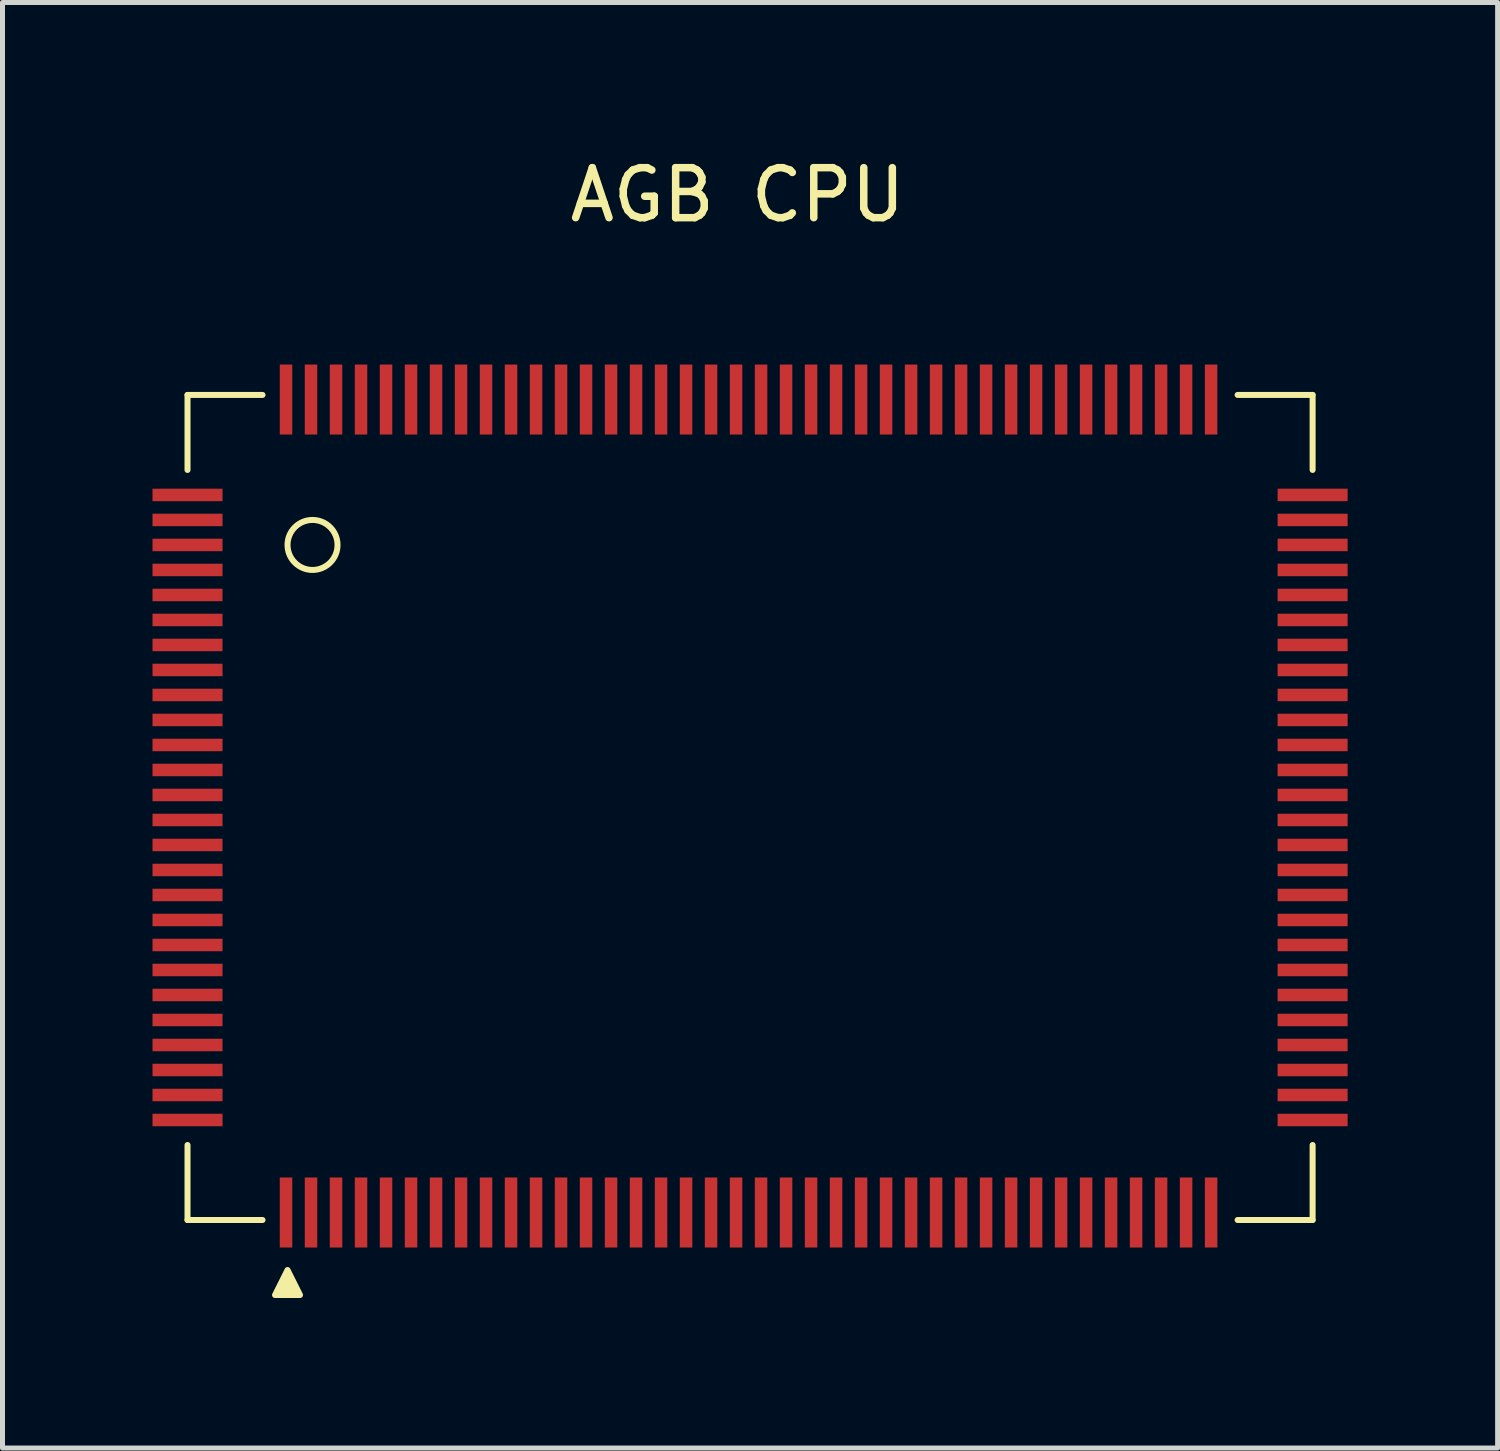
<source format=kicad_pcb>
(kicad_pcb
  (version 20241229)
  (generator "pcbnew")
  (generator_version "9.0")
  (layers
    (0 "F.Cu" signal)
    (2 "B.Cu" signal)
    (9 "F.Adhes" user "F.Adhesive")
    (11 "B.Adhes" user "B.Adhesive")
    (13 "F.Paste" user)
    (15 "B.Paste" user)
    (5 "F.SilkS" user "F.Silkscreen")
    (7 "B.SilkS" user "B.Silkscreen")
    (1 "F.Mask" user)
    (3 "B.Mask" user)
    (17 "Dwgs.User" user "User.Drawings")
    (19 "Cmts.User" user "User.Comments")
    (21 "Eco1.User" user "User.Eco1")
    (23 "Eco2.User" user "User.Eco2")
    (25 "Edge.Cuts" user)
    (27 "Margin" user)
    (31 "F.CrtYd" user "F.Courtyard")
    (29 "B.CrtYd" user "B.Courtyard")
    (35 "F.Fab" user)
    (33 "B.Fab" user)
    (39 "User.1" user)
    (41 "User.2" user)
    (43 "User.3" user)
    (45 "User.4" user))
  (footprint "AGB CPU"
    (layer "F.Cu")
    (at 11.7 12.348)
    (property "Reference" "AGB CPU" (at 0 -11.5 0) (unlocked yes) (layer "F.SilkS") (effects (font (size 1 1) (thickness 0.15))))
    (attr smd)
    (fp_line (start -11 -7.5) (end -9.5 -7.5) (stroke (width 0.12) (type default)) (layer "F.SilkS"))
    (fp_line (start -11 -6) (end -11 -7.5) (stroke (width 0.12) (type default)) (layer "F.SilkS"))
    (fp_line (start -11 9) (end -11 7.5) (stroke (width 0.12) (type default)) (layer "F.SilkS"))
    (fp_line (start -9.5 9) (end -11 9) (stroke (width 0.12) (type default)) (layer "F.SilkS"))
    (fp_line (start 10 -7.5) (end 11.5 -7.5) (stroke (width 0.12) (type default)) (layer "F.SilkS"))
    (fp_line (start 11.5 -7.5) (end 11.5 -6) (stroke (width 0.12) (type default)) (layer "F.SilkS"))
    (fp_line (start 11.5 7.5) (end 11.5 9) (stroke (width 0.12) (type default)) (layer "F.SilkS"))
    (fp_line (start 11.5 9) (end 10 9) (stroke (width 0.12) (type default)) (layer "F.SilkS"))
    (fp_circle (center -8.5 -4.5) (end -8 -4.5) (stroke (width 0.12) (type default)) (fill no) (layer "F.SilkS"))
    (fp_poly (pts (xy -9 10) (xy -9.25 10.5) (xy -8.75 10.5)) (stroke (width 0.12) (type solid)) (fill yes) (layer "F.SilkS"))
    (pad "1" smd rect (at -9.03 8.85 270) (size 1.4 0.25) (layers "F.Cu" "F.Mask" "F.Paste"))
    (pad "2" smd rect (at -8.53 8.85 270) (size 1.4 0.25) (layers "F.Cu" "F.Mask" "F.Paste"))
    (pad "3" smd rect (at -8.03 8.85 270) (size 1.4 0.25) (layers "F.Cu" "F.Mask" "F.Paste"))
    (pad "4" smd rect (at -7.53 8.85 270) (size 1.4 0.25) (layers "F.Cu" "F.Mask" "F.Paste"))
    (pad "5" smd rect (at -7.03 8.85 270) (size 1.4 0.25) (layers "F.Cu" "F.Mask" "F.Paste"))
    (pad "6" smd rect (at -6.53 8.85 270) (size 1.4 0.25) (layers "F.Cu" "F.Mask" "F.Paste"))
    (pad "7" smd rect (at -6.03 8.85 270) (size 1.4 0.25) (layers "F.Cu" "F.Mask" "F.Paste"))
    (pad "8" smd rect (at -5.53 8.85 270) (size 1.4 0.25) (layers "F.Cu" "F.Mask" "F.Paste"))
    (pad "9" smd rect (at -5.03 8.85 270) (size 1.4 0.25) (layers "F.Cu" "F.Mask" "F.Paste"))
    (pad "10" smd rect (at -4.53 8.85 270) (size 1.4 0.25) (layers "F.Cu" "F.Mask" "F.Paste"))
    (pad "11" smd rect (at -4.03 8.85 270) (size 1.4 0.25) (layers "F.Cu" "F.Mask" "F.Paste"))
    (pad "12" smd rect (at -3.53 8.85 270) (size 1.4 0.25) (layers "F.Cu" "F.Mask" "F.Paste"))
    (pad "13" smd rect (at -3.03 8.85 270) (size 1.4 0.25) (layers "F.Cu" "F.Mask" "F.Paste"))
    (pad "14" smd rect (at -2.53 8.85 270) (size 1.4 0.25) (layers "F.Cu" "F.Mask" "F.Paste"))
    (pad "15" smd rect (at -2.03 8.85 270) (size 1.4 0.25) (layers "F.Cu" "F.Mask" "F.Paste"))
    (pad "16" smd rect (at -1.53 8.85 270) (size 1.4 0.25) (layers "F.Cu" "F.Mask" "F.Paste"))
    (pad "17" smd rect (at -1.03 8.85 270) (size 1.4 0.25) (layers "F.Cu" "F.Mask" "F.Paste"))
    (pad "18" smd rect (at -0.53 8.85 270) (size 1.4 0.25) (layers "F.Cu" "F.Mask" "F.Paste"))
    (pad "19" smd rect (at -0.03 8.85 270) (size 1.4 0.25) (layers "F.Cu" "F.Mask" "F.Paste"))
    (pad "20" smd rect (at 0.47 8.85 270) (size 1.4 0.25) (layers "F.Cu" "F.Mask" "F.Paste"))
    (pad "21" smd rect (at 0.97 8.85 270) (size 1.4 0.25) (layers "F.Cu" "F.Mask" "F.Paste"))
    (pad "22" smd rect (at 1.47 8.85 270) (size 1.4 0.25) (layers "F.Cu" "F.Mask" "F.Paste"))
    (pad "23" smd rect (at 1.97 8.85 270) (size 1.4 0.25) (layers "F.Cu" "F.Mask" "F.Paste"))
    (pad "24" smd rect (at 2.47 8.85 270) (size 1.4 0.25) (layers "F.Cu" "F.Mask" "F.Paste"))
    (pad "25" smd rect (at 2.97 8.85 270) (size 1.4 0.25) (layers "F.Cu" "F.Mask" "F.Paste"))
    (pad "26" smd rect (at 3.47 8.85 270) (size 1.4 0.25) (layers "F.Cu" "F.Mask" "F.Paste"))
    (pad "27" smd rect (at 3.97 8.85 270) (size 1.4 0.25) (layers "F.Cu" "F.Mask" "F.Paste"))
    (pad "28" smd rect (at 4.47 8.85 270) (size 1.4 0.25) (layers "F.Cu" "F.Mask" "F.Paste"))
    (pad "29" smd rect (at 4.97 8.85 270) (size 1.4 0.25) (layers "F.Cu" "F.Mask" "F.Paste"))
    (pad "30" smd rect (at 5.47 8.85 270) (size 1.4 0.25) (layers "F.Cu" "F.Mask" "F.Paste"))
    (pad "31" smd rect (at 5.97 8.85 270) (size 1.4 0.25) (layers "F.Cu" "F.Mask" "F.Paste"))
    (pad "32" smd rect (at 6.47 8.85 270) (size 1.4 0.25) (layers "F.Cu" "F.Mask" "F.Paste"))
    (pad "33" smd rect (at 6.97 8.85 270) (size 1.4 0.25) (layers "F.Cu" "F.Mask" "F.Paste"))
    (pad "34" smd rect (at 7.47 8.85 270) (size 1.4 0.25) (layers "F.Cu" "F.Mask" "F.Paste"))
    (pad "35" smd rect (at 7.97 8.85 270) (size 1.4 0.25) (layers "F.Cu" "F.Mask" "F.Paste"))
    (pad "36" smd rect (at 8.47 8.85 270) (size 1.4 0.25) (layers "F.Cu" "F.Mask" "F.Paste"))
    (pad "37" smd rect (at 8.97 8.85 270) (size 1.4 0.25) (layers "F.Cu" "F.Mask" "F.Paste"))
    (pad "38" smd rect (at 9.47 8.85 270) (size 1.4 0.25) (layers "F.Cu" "F.Mask" "F.Paste"))
    (pad "39" smd rect (at 11.5 7) (size 1.4 0.25) (layers "F.Cu" "F.Mask" "F.Paste"))
    (pad "40" smd rect (at 11.5 6.5) (size 1.4 0.25) (layers "F.Cu" "F.Mask" "F.Paste"))
    (pad "41" smd rect (at 11.5 6) (size 1.4 0.25) (layers "F.Cu" "F.Mask" "F.Paste"))
    (pad "42" smd rect (at 11.5 5.5) (size 1.4 0.25) (layers "F.Cu" "F.Mask" "F.Paste"))
    (pad "43" smd rect (at 11.5 5) (size 1.4 0.25) (layers "F.Cu" "F.Mask" "F.Paste"))
    (pad "44" smd rect (at 11.5 4.5) (size 1.4 0.25) (layers "F.Cu" "F.Mask" "F.Paste"))
    (pad "45" smd rect (at 11.5 4) (size 1.4 0.25) (layers "F.Cu" "F.Mask" "F.Paste"))
    (pad "46" smd rect (at 11.5 3.5) (size 1.4 0.25) (layers "F.Cu" "F.Mask" "F.Paste"))
    (pad "47" smd rect (at 11.5 3) (size 1.4 0.25) (layers "F.Cu" "F.Mask" "F.Paste"))
    (pad "48" smd rect (at 11.5 2.5) (size 1.4 0.25) (layers "F.Cu" "F.Mask" "F.Paste"))
    (pad "49" smd rect (at 11.5 2) (size 1.4 0.25) (layers "F.Cu" "F.Mask" "F.Paste"))
    (pad "50" smd rect (at 11.5 1.5) (size 1.4 0.25) (layers "F.Cu" "F.Mask" "F.Paste"))
    (pad "51" smd rect (at 11.5 1) (size 1.4 0.25) (layers "F.Cu" "F.Mask" "F.Paste"))
    (pad "52" smd rect (at 11.5 0.5) (size 1.4 0.25) (layers "F.Cu" "F.Mask" "F.Paste"))
    (pad "53" smd rect (at 11.5 0) (size 1.4 0.25) (layers "F.Cu" "F.Mask" "F.Paste"))
    (pad "54" smd rect (at 11.5 -0.5) (size 1.4 0.25) (layers "F.Cu" "F.Mask" "F.Paste"))
    (pad "55" smd rect (at 11.5 -1) (size 1.4 0.25) (layers "F.Cu" "F.Mask" "F.Paste"))
    (pad "56" smd rect (at 11.5 -1.5) (size 1.4 0.25) (layers "F.Cu" "F.Mask" "F.Paste"))
    (pad "57" smd rect (at 11.5 -2) (size 1.4 0.25) (layers "F.Cu" "F.Mask" "F.Paste"))
    (pad "58" smd rect (at 11.5 -2.5) (size 1.4 0.25) (layers "F.Cu" "F.Mask" "F.Paste"))
    (pad "59" smd rect (at 11.5 -3) (size 1.4 0.25) (layers "F.Cu" "F.Mask" "F.Paste"))
    (pad "60" smd rect (at 11.5 -3.5) (size 1.4 0.25) (layers "F.Cu" "F.Mask" "F.Paste"))
    (pad "61" smd rect (at 11.5 -4) (size 1.4 0.25) (layers "F.Cu" "F.Mask" "F.Paste"))
    (pad "62" smd rect (at 11.5 -4.5) (size 1.4 0.25) (layers "F.Cu" "F.Mask" "F.Paste"))
    (pad "63" smd rect (at 11.5 -5) (size 1.4 0.25) (layers "F.Cu" "F.Mask" "F.Paste"))
    (pad "64" smd rect (at 11.5 -5.5) (size 1.4 0.25) (layers "F.Cu" "F.Mask" "F.Paste"))
    (pad "65" smd rect (at 9.47 -7.408 270) (size 1.4 0.25) (layers "F.Cu" "F.Mask" "F.Paste"))
    (pad "66" smd rect (at 8.97 -7.408 90) (size 1.4 0.25) (layers "F.Cu" "F.Mask" "F.Paste"))
    (pad "67" smd rect (at 8.47 -7.408 90) (size 1.4 0.25) (layers "F.Cu" "F.Mask" "F.Paste"))
    (pad "68" smd rect (at 7.97 -7.408 90) (size 1.4 0.25) (layers "F.Cu" "F.Mask" "F.Paste"))
    (pad "69" smd rect (at 7.47 -7.408 90) (size 1.4 0.25) (layers "F.Cu" "F.Mask" "F.Paste"))
    (pad "70" smd rect (at 6.97 -7.408 90) (size 1.4 0.25) (layers "F.Cu" "F.Mask" "F.Paste"))
    (pad "71" smd rect (at 6.47 -7.408 90) (size 1.4 0.25) (layers "F.Cu" "F.Mask" "F.Paste"))
    (pad "72" smd rect (at 5.97 -7.408 90) (size 1.4 0.25) (layers "F.Cu" "F.Mask" "F.Paste"))
    (pad "73" smd rect (at 5.47 -7.408 90) (size 1.4 0.25) (layers "F.Cu" "F.Mask" "F.Paste"))
    (pad "74" smd rect (at 4.97 -7.408 90) (size 1.4 0.25) (layers "F.Cu" "F.Mask" "F.Paste"))
    (pad "75" smd rect (at 4.47 -7.408 90) (size 1.4 0.25) (layers "F.Cu" "F.Mask" "F.Paste"))
    (pad "76" smd rect (at 3.97 -7.408 90) (size 1.4 0.25) (layers "F.Cu" "F.Mask" "F.Paste"))
    (pad "77" smd rect (at 3.47 -7.408 90) (size 1.4 0.25) (layers "F.Cu" "F.Mask" "F.Paste"))
    (pad "78" smd rect (at 2.97 -7.408 90) (size 1.4 0.25) (layers "F.Cu" "F.Mask" "F.Paste"))
    (pad "79" smd rect (at 2.47 -7.408 90) (size 1.4 0.25) (layers "F.Cu" "F.Mask" "F.Paste"))
    (pad "80" smd rect (at 1.97 -7.408 90) (size 1.4 0.25) (layers "F.Cu" "F.Mask" "F.Paste"))
    (pad "81" smd rect (at 1.47 -7.408 90) (size 1.4 0.25) (layers "F.Cu" "F.Mask" "F.Paste"))
    (pad "82" smd rect (at 0.97 -7.408 90) (size 1.4 0.25) (layers "F.Cu" "F.Mask" "F.Paste"))
    (pad "83" smd rect (at 0.47 -7.408 90) (size 1.4 0.25) (layers "F.Cu" "F.Mask" "F.Paste"))
    (pad "84" smd rect (at -0.03 -7.408 90) (size 1.4 0.25) (layers "F.Cu" "F.Mask" "F.Paste"))
    (pad "85" smd rect (at -0.53 -7.408 90) (size 1.4 0.25) (layers "F.Cu" "F.Mask" "F.Paste"))
    (pad "86" smd rect (at -1.03 -7.408 90) (size 1.4 0.25) (layers "F.Cu" "F.Mask" "F.Paste"))
    (pad "87" smd rect (at -1.53 -7.408 90) (size 1.4 0.25) (layers "F.Cu" "F.Mask" "F.Paste"))
    (pad "88" smd rect (at -2.03 -7.408 90) (size 1.4 0.25) (layers "F.Cu" "F.Mask" "F.Paste"))
    (pad "89" smd rect (at -2.53 -7.408 90) (size 1.4 0.25) (layers "F.Cu" "F.Mask" "F.Paste"))
    (pad "90" smd rect (at -3.03 -7.408 90) (size 1.4 0.25) (layers "F.Cu" "F.Mask" "F.Paste"))
    (pad "91" smd rect (at -3.53 -7.408 90) (size 1.4 0.25) (layers "F.Cu" "F.Mask" "F.Paste"))
    (pad "92" smd rect (at -4.03 -7.408 90) (size 1.4 0.25) (layers "F.Cu" "F.Mask" "F.Paste"))
    (pad "93" smd rect (at -4.53 -7.408 90) (size 1.4 0.25) (layers "F.Cu" "F.Mask" "F.Paste"))
    (pad "94" smd rect (at -5.03 -7.408 90) (size 1.4 0.25) (layers "F.Cu" "F.Mask" "F.Paste"))
    (pad "95" smd rect (at -5.53 -7.408 90) (size 1.4 0.25) (layers "F.Cu" "F.Mask" "F.Paste"))
    (pad "96" smd rect (at -6.03 -7.408 90) (size 1.4 0.25) (layers "F.Cu" "F.Mask" "F.Paste"))
    (pad "97" smd rect (at -6.53 -7.408 90) (size 1.4 0.25) (layers "F.Cu" "F.Mask" "F.Paste"))
    (pad "98" smd rect (at -7.03 -7.408 90) (size 1.4 0.25) (layers "F.Cu" "F.Mask" "F.Paste"))
    (pad "99" smd rect (at -7.53 -7.408 90) (size 1.4 0.25) (layers "F.Cu" "F.Mask" "F.Paste"))
    (pad "100" smd rect (at -8.03 -7.408 90) (size 1.4 0.25) (layers "F.Cu" "F.Mask" "F.Paste"))
    (pad "101" smd rect (at -8.53 -7.408 90) (size 1.4 0.25) (layers "F.Cu" "F.Mask" "F.Paste"))
    (pad "102" smd rect (at -9.03 -7.408 90) (size 1.4 0.25) (layers "F.Cu" "F.Mask" "F.Paste"))
    (pad "103" smd rect (at -11 -5.5 180) (size 1.4 0.25) (layers "F.Cu" "F.Mask" "F.Paste"))
    (pad "104" smd rect (at -11 -5 180) (size 1.4 0.25) (layers "F.Cu" "F.Mask" "F.Paste"))
    (pad "105" smd rect (at -11 -4.5 180) (size 1.4 0.25) (layers "F.Cu" "F.Mask" "F.Paste"))
    (pad "106" smd rect (at -11 -4 180) (size 1.4 0.25) (layers "F.Cu" "F.Mask" "F.Paste"))
    (pad "107" smd rect (at -11 -3.5 180) (size 1.4 0.25) (layers "F.Cu" "F.Mask" "F.Paste"))
    (pad "108" smd rect (at -11 -3 180) (size 1.4 0.25) (layers "F.Cu" "F.Mask" "F.Paste"))
    (pad "109" smd rect (at -11 -2.5 180) (size 1.4 0.25) (layers "F.Cu" "F.Mask" "F.Paste"))
    (pad "110" smd rect (at -11 -2 180) (size 1.4 0.25) (layers "F.Cu" "F.Mask" "F.Paste"))
    (pad "111" smd rect (at -11 -1.5 180) (size 1.4 0.25) (layers "F.Cu" "F.Mask" "F.Paste"))
    (pad "112" smd rect (at -11 -1 180) (size 1.4 0.25) (layers "F.Cu" "F.Mask" "F.Paste"))
    (pad "113" smd rect (at -11 -0.5 180) (size 1.4 0.25) (layers "F.Cu" "F.Mask" "F.Paste"))
    (pad "114" smd rect (at -11 0 180) (size 1.4 0.25) (layers "F.Cu" "F.Mask" "F.Paste"))
    (pad "115" smd rect (at -11 0.5 180) (size 1.4 0.25) (layers "F.Cu" "F.Mask" "F.Paste"))
    (pad "116" smd rect (at -11 1 180) (size 1.4 0.25) (layers "F.Cu" "F.Mask" "F.Paste"))
    (pad "117" smd rect (at -11 1.5 180) (size 1.4 0.25) (layers "F.Cu" "F.Mask" "F.Paste"))
    (pad "118" smd rect (at -11 2 180) (size 1.4 0.25) (layers "F.Cu" "F.Mask" "F.Paste"))
    (pad "119" smd rect (at -11 2.5 180) (size 1.4 0.25) (layers "F.Cu" "F.Mask" "F.Paste"))
    (pad "120" smd rect (at -11 3 180) (size 1.4 0.25) (layers "F.Cu" "F.Mask" "F.Paste"))
    (pad "121" smd rect (at -11 3.5 180) (size 1.4 0.25) (layers "F.Cu" "F.Mask" "F.Paste"))
    (pad "122" smd rect (at -11 4 180) (size 1.4 0.25) (layers "F.Cu" "F.Mask" "F.Paste"))
    (pad "123" smd rect (at -11 4.5 180) (size 1.4 0.25) (layers "F.Cu" "F.Mask" "F.Paste"))
    (pad "124" smd rect (at -11 5 180) (size 1.4 0.25) (layers "F.Cu" "F.Mask" "F.Paste"))
    (pad "125" smd rect (at -11 5.5 180) (size 1.4 0.25) (layers "F.Cu" "F.Mask" "F.Paste"))
    (pad "126" smd rect (at -11 6 180) (size 1.4 0.25) (layers "F.Cu" "F.Mask" "F.Paste"))
    (pad "127" smd rect (at -11 6.5 180) (size 1.4 0.25) (layers "F.Cu" "F.Mask" "F.Paste"))
    (pad "128" smd rect (at -11 7 180) (size 1.4 0.25) (layers "F.Cu" "F.Mask" "F.Paste")))
  (gr_rect
    (start -3 -3)
    (end 26.9 25.908)
    (stroke (width 0.1) (type default))
    (fill no)
    (layer "Edge.Cuts")))
</source>
